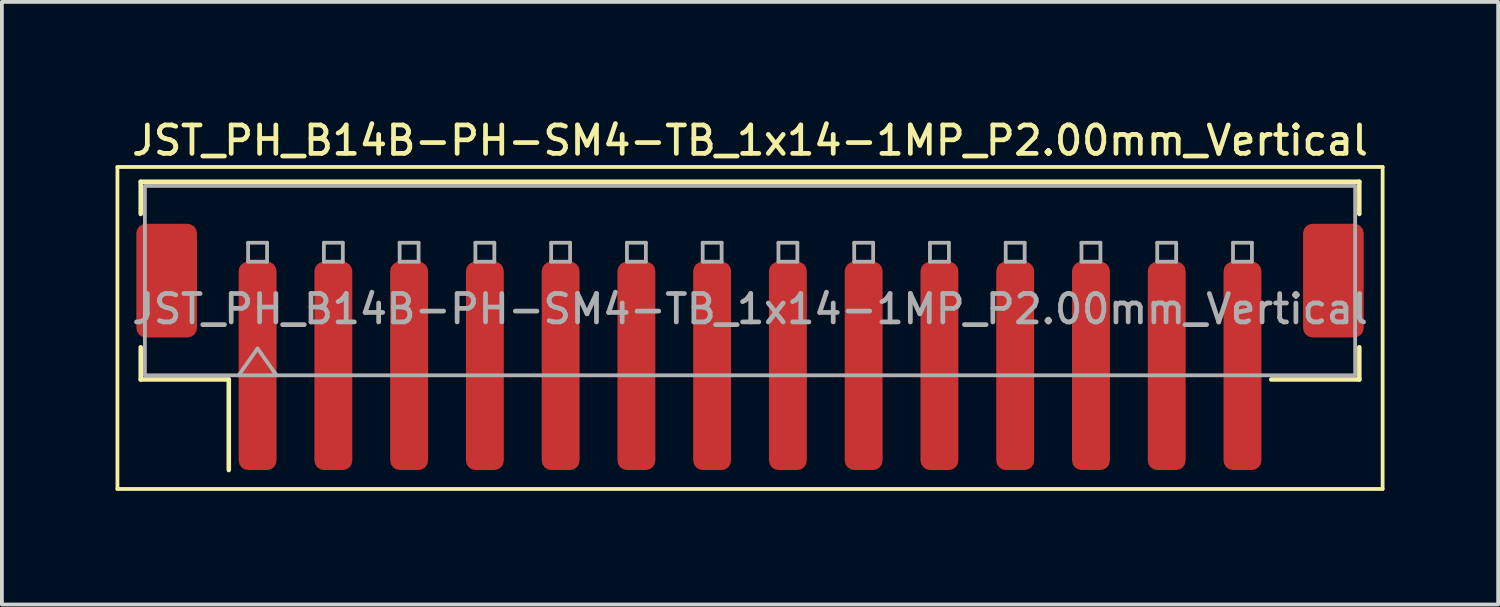
<source format=kicad_pcb>
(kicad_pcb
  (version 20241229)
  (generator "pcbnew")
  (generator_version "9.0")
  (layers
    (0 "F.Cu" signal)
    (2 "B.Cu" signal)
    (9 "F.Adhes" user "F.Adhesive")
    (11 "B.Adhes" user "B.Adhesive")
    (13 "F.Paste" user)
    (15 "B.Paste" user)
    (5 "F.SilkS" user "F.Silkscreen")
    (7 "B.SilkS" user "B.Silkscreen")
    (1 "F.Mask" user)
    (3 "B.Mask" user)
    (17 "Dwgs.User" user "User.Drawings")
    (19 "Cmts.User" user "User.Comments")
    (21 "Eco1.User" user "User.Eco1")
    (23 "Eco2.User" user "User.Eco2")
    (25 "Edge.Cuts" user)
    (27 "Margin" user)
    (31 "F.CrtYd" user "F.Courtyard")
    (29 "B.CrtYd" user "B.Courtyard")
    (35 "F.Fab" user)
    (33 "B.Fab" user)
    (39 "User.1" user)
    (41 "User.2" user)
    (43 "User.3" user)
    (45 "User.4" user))
  (footprint "JST_PH_B14B-PH-SM4-TB_1x14-1MP_P2.00mm_Vertical"
    (layer "F.Cu")
    (at 16.75 6.108)
    (property "Reference" "JST_PH_B14B-PH-SM4-TB_1x14-1MP_P2.00mm_Vertical" (at 0 -5.45 0) (layer "F.SilkS") (effects (font (size 0.75 0.75) (thickness 0.125))))
    (attr smd)
    (fp_line (start -16.7 -4.75) (end -16.7 3.75) (stroke (width 0.1) (type solid)) (layer "F.SilkS"))
    (fp_line (start -16.7 3.75) (end 16.7 3.75) (stroke (width 0.1) (type solid)) (layer "F.SilkS"))
    (fp_line (start -16.085 -4.36) (end 16.085 -4.36) (stroke (width 0.12) (type solid)) (layer "F.SilkS"))
    (fp_line (start -16.085 -3.51) (end -16.085 -4.36) (stroke (width 0.12) (type solid)) (layer "F.SilkS"))
    (fp_line (start -16.085 0.01) (end -16.085 0.86) (stroke (width 0.12) (type solid)) (layer "F.SilkS"))
    (fp_line (start -16.085 0.86) (end -13.76 0.86) (stroke (width 0.12) (type solid)) (layer "F.SilkS"))
    (fp_line (start -13.76 0.86) (end -13.76 3.25) (stroke (width 0.12) (type solid)) (layer "F.SilkS"))
    (fp_line (start 16.085 -4.36) (end 16.085 -3.51) (stroke (width 0.12) (type solid)) (layer "F.SilkS"))
    (fp_line (start 16.085 0.01) (end 16.085 0.86) (stroke (width 0.12) (type solid)) (layer "F.SilkS"))
    (fp_line (start 16.085 0.86) (end 13.76 0.86) (stroke (width 0.12) (type solid)) (layer "F.SilkS"))
    (fp_line (start 16.7 -4.75) (end -16.7 -4.75) (stroke (width 0.1) (type solid)) (layer "F.SilkS"))
    (fp_line (start 16.7 3.75) (end 16.7 -4.75) (stroke (width 0.1) (type solid)) (layer "F.SilkS"))
    (fp_line (start -15.975 -4.25) (end 15.975 -4.25) (stroke (width 0.1) (type solid)) (layer "F.Fab"))
    (fp_line (start -15.975 0.75) (end -15.975 -4.25) (stroke (width 0.1) (type solid)) (layer "F.Fab"))
    (fp_line (start -15.975 0.75) (end 15.975 0.75) (stroke (width 0.1) (type solid)) (layer "F.Fab"))
    (fp_line (start -13.5 0.75) (end -13 0.043) (stroke (width 0.1) (type solid)) (layer "F.Fab"))
    (fp_line (start -13.25 -2.75) (end -13.25 -2.25) (stroke (width 0.1) (type solid)) (layer "F.Fab"))
    (fp_line (start -13.25 -2.25) (end -12.75 -2.25) (stroke (width 0.1) (type solid)) (layer "F.Fab"))
    (fp_line (start -13 0.043) (end -12.5 0.75) (stroke (width 0.1) (type solid)) (layer "F.Fab"))
    (fp_line (start -12.75 -2.75) (end -13.25 -2.75) (stroke (width 0.1) (type solid)) (layer "F.Fab"))
    (fp_line (start -12.75 -2.25) (end -12.75 -2.75) (stroke (width 0.1) (type solid)) (layer "F.Fab"))
    (fp_line (start -11.25 -2.75) (end -11.25 -2.25) (stroke (width 0.1) (type solid)) (layer "F.Fab"))
    (fp_line (start -11.25 -2.25) (end -10.75 -2.25) (stroke (width 0.1) (type solid)) (layer "F.Fab"))
    (fp_line (start -10.75 -2.75) (end -11.25 -2.75) (stroke (width 0.1) (type solid)) (layer "F.Fab"))
    (fp_line (start -10.75 -2.25) (end -10.75 -2.75) (stroke (width 0.1) (type solid)) (layer "F.Fab"))
    (fp_line (start -9.25 -2.75) (end -9.25 -2.25) (stroke (width 0.1) (type solid)) (layer "F.Fab"))
    (fp_line (start -9.25 -2.25) (end -8.75 -2.25) (stroke (width 0.1) (type solid)) (layer "F.Fab"))
    (fp_line (start -8.75 -2.75) (end -9.25 -2.75) (stroke (width 0.1) (type solid)) (layer "F.Fab"))
    (fp_line (start -8.75 -2.25) (end -8.75 -2.75) (stroke (width 0.1) (type solid)) (layer "F.Fab"))
    (fp_line (start -7.25 -2.75) (end -7.25 -2.25) (stroke (width 0.1) (type solid)) (layer "F.Fab"))
    (fp_line (start -7.25 -2.25) (end -6.75 -2.25) (stroke (width 0.1) (type solid)) (layer "F.Fab"))
    (fp_line (start -6.75 -2.75) (end -7.25 -2.75) (stroke (width 0.1) (type solid)) (layer "F.Fab"))
    (fp_line (start -6.75 -2.25) (end -6.75 -2.75) (stroke (width 0.1) (type solid)) (layer "F.Fab"))
    (fp_line (start -5.25 -2.75) (end -5.25 -2.25) (stroke (width 0.1) (type solid)) (layer "F.Fab"))
    (fp_line (start -5.25 -2.25) (end -4.75 -2.25) (stroke (width 0.1) (type solid)) (layer "F.Fab"))
    (fp_line (start -4.75 -2.75) (end -5.25 -2.75) (stroke (width 0.1) (type solid)) (layer "F.Fab"))
    (fp_line (start -4.75 -2.25) (end -4.75 -2.75) (stroke (width 0.1) (type solid)) (layer "F.Fab"))
    (fp_line (start -3.25 -2.75) (end -3.25 -2.25) (stroke (width 0.1) (type solid)) (layer "F.Fab"))
    (fp_line (start -3.25 -2.25) (end -2.75 -2.25) (stroke (width 0.1) (type solid)) (layer "F.Fab"))
    (fp_line (start -2.75 -2.75) (end -3.25 -2.75) (stroke (width 0.1) (type solid)) (layer "F.Fab"))
    (fp_line (start -2.75 -2.25) (end -2.75 -2.75) (stroke (width 0.1) (type solid)) (layer "F.Fab"))
    (fp_line (start -1.25 -2.75) (end -1.25 -2.25) (stroke (width 0.1) (type solid)) (layer "F.Fab"))
    (fp_line (start -1.25 -2.25) (end -0.75 -2.25) (stroke (width 0.1) (type solid)) (layer "F.Fab"))
    (fp_line (start -0.75 -2.75) (end -1.25 -2.75) (stroke (width 0.1) (type solid)) (layer "F.Fab"))
    (fp_line (start -0.75 -2.25) (end -0.75 -2.75) (stroke (width 0.1) (type solid)) (layer "F.Fab"))
    (fp_line (start 0.75 -2.75) (end 0.75 -2.25) (stroke (width 0.1) (type solid)) (layer "F.Fab"))
    (fp_line (start 0.75 -2.25) (end 1.25 -2.25) (stroke (width 0.1) (type solid)) (layer "F.Fab"))
    (fp_line (start 1.25 -2.75) (end 0.75 -2.75) (stroke (width 0.1) (type solid)) (layer "F.Fab"))
    (fp_line (start 1.25 -2.25) (end 1.25 -2.75) (stroke (width 0.1) (type solid)) (layer "F.Fab"))
    (fp_line (start 2.75 -2.75) (end 2.75 -2.25) (stroke (width 0.1) (type solid)) (layer "F.Fab"))
    (fp_line (start 2.75 -2.25) (end 3.25 -2.25) (stroke (width 0.1) (type solid)) (layer "F.Fab"))
    (fp_line (start 3.25 -2.75) (end 2.75 -2.75) (stroke (width 0.1) (type solid)) (layer "F.Fab"))
    (fp_line (start 3.25 -2.25) (end 3.25 -2.75) (stroke (width 0.1) (type solid)) (layer "F.Fab"))
    (fp_line (start 4.75 -2.75) (end 4.75 -2.25) (stroke (width 0.1) (type solid)) (layer "F.Fab"))
    (fp_line (start 4.75 -2.25) (end 5.25 -2.25) (stroke (width 0.1) (type solid)) (layer "F.Fab"))
    (fp_line (start 5.25 -2.75) (end 4.75 -2.75) (stroke (width 0.1) (type solid)) (layer "F.Fab"))
    (fp_line (start 5.25 -2.25) (end 5.25 -2.75) (stroke (width 0.1) (type solid)) (layer "F.Fab"))
    (fp_line (start 6.75 -2.75) (end 6.75 -2.25) (stroke (width 0.1) (type solid)) (layer "F.Fab"))
    (fp_line (start 6.75 -2.25) (end 7.25 -2.25) (stroke (width 0.1) (type solid)) (layer "F.Fab"))
    (fp_line (start 7.25 -2.75) (end 6.75 -2.75) (stroke (width 0.1) (type solid)) (layer "F.Fab"))
    (fp_line (start 7.25 -2.25) (end 7.25 -2.75) (stroke (width 0.1) (type solid)) (layer "F.Fab"))
    (fp_line (start 8.75 -2.75) (end 8.75 -2.25) (stroke (width 0.1) (type solid)) (layer "F.Fab"))
    (fp_line (start 8.75 -2.25) (end 9.25 -2.25) (stroke (width 0.1) (type solid)) (layer "F.Fab"))
    (fp_line (start 9.25 -2.75) (end 8.75 -2.75) (stroke (width 0.1) (type solid)) (layer "F.Fab"))
    (fp_line (start 9.25 -2.25) (end 9.25 -2.75) (stroke (width 0.1) (type solid)) (layer "F.Fab"))
    (fp_line (start 10.75 -2.75) (end 10.75 -2.25) (stroke (width 0.1) (type solid)) (layer "F.Fab"))
    (fp_line (start 10.75 -2.25) (end 11.25 -2.25) (stroke (width 0.1) (type solid)) (layer "F.Fab"))
    (fp_line (start 11.25 -2.75) (end 10.75 -2.75) (stroke (width 0.1) (type solid)) (layer "F.Fab"))
    (fp_line (start 11.25 -2.25) (end 11.25 -2.75) (stroke (width 0.1) (type solid)) (layer "F.Fab"))
    (fp_line (start 12.75 -2.75) (end 12.75 -2.25) (stroke (width 0.1) (type solid)) (layer "F.Fab"))
    (fp_line (start 12.75 -2.25) (end 13.25 -2.25) (stroke (width 0.1) (type solid)) (layer "F.Fab"))
    (fp_line (start 13.25 -2.75) (end 12.75 -2.75) (stroke (width 0.1) (type solid)) (layer "F.Fab"))
    (fp_line (start 13.25 -2.25) (end 13.25 -2.75) (stroke (width 0.1) (type solid)) (layer "F.Fab"))
    (fp_line (start 15.975 0.75) (end 15.975 -4.25) (stroke (width 0.1) (type solid)) (layer "F.Fab"))
    (fp_text user "${REFERENCE}" (at 0 -1 0) (layer "F.Fab") (effects (font (size 0.75 0.75) (thickness 0.125))))
    (pad "1" smd roundrect (at -13 0.5) (size 1 5.5) (layers "F.Cu" "F.Mask" "F.Paste") (roundrect_rratio 0.25))
    (pad "2" smd roundrect (at -11 0.5) (size 1 5.5) (layers "F.Cu" "F.Mask" "F.Paste") (roundrect_rratio 0.25))
    (pad "3" smd roundrect (at -9 0.5) (size 1 5.5) (layers "F.Cu" "F.Mask" "F.Paste") (roundrect_rratio 0.25))
    (pad "4" smd roundrect (at -7 0.5) (size 1 5.5) (layers "F.Cu" "F.Mask" "F.Paste") (roundrect_rratio 0.25))
    (pad "5" smd roundrect (at -5 0.5) (size 1 5.5) (layers "F.Cu" "F.Mask" "F.Paste") (roundrect_rratio 0.25))
    (pad "6" smd roundrect (at -3 0.5) (size 1 5.5) (layers "F.Cu" "F.Mask" "F.Paste") (roundrect_rratio 0.25))
    (pad "7" smd roundrect (at -1 0.5) (size 1 5.5) (layers "F.Cu" "F.Mask" "F.Paste") (roundrect_rratio 0.25))
    (pad "8" smd roundrect (at 1 0.5) (size 1 5.5) (layers "F.Cu" "F.Mask" "F.Paste") (roundrect_rratio 0.25))
    (pad "9" smd roundrect (at 3 0.5) (size 1 5.5) (layers "F.Cu" "F.Mask" "F.Paste") (roundrect_rratio 0.25))
    (pad "10" smd roundrect (at 5 0.5) (size 1 5.5) (layers "F.Cu" "F.Mask" "F.Paste") (roundrect_rratio 0.25))
    (pad "11" smd roundrect (at 7 0.5) (size 1 5.5) (layers "F.Cu" "F.Mask" "F.Paste") (roundrect_rratio 0.25))
    (pad "12" smd roundrect (at 9 0.5) (size 1 5.5) (layers "F.Cu" "F.Mask" "F.Paste") (roundrect_rratio 0.25))
    (pad "13" smd roundrect (at 11 0.5) (size 1 5.5) (layers "F.Cu" "F.Mask" "F.Paste") (roundrect_rratio 0.25))
    (pad "14" smd roundrect (at 13 0.5) (size 1 5.5) (layers "F.Cu" "F.Mask" "F.Paste") (roundrect_rratio 0.25))
    (pad "MP" smd roundrect (at -15.4 -1.75) (size 1.6 3) (layers "F.Cu" "F.Mask" "F.Paste") (roundrect_rratio 0.156))
    (pad "MP" smd roundrect (at 15.4 -1.75) (size 1.6 3) (layers "F.Cu" "F.Mask" "F.Paste") (roundrect_rratio 0.156)))
  (gr_rect
    (start -3 -3)
    (end 36.5 12.908)
    (stroke (width 0.1) (type default))
    (fill no)
    (layer "Edge.Cuts")))
</source>
